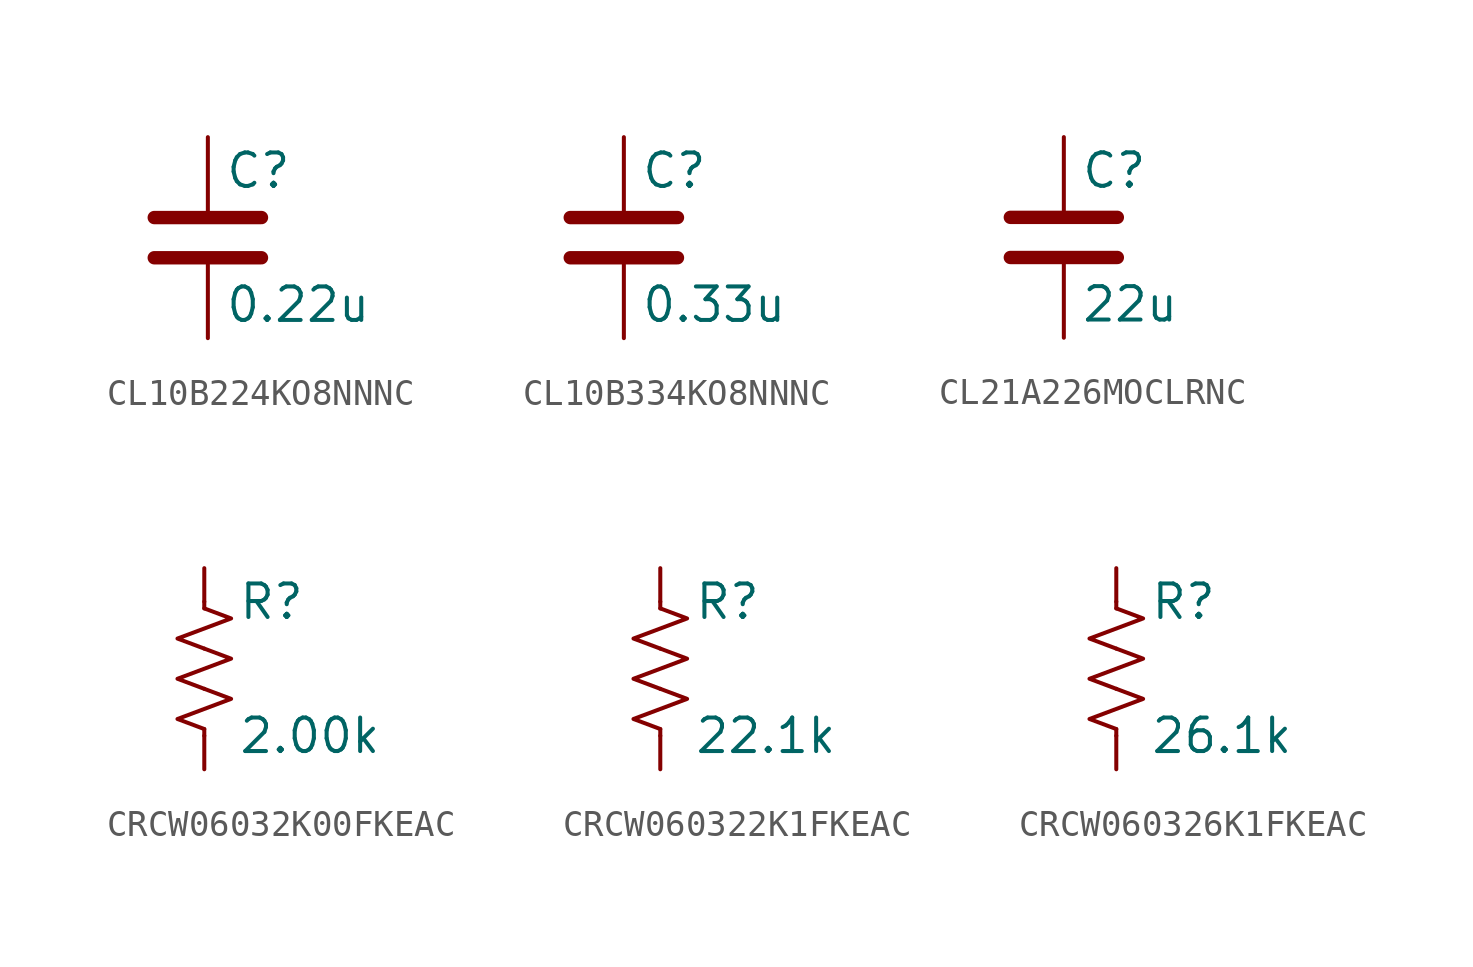
<source format=kicad_sym>
(kicad_symbol_lib
  (version 20231120)
  (generator "kicad_symbol_editor")
  (generator_version "8.0")
  (symbol "CL10B224KO8NNNC"
    (pin_numbers hide)
    (pin_names
      (offset 0.254))
    (property "Reference" "C"
      (at 0.635 2.54 0)
      (effects (font (size 1.27 1.27)) (justify left)))
    (property "Value" "0.22u"
      (at 0.635 -2.54 0)
      (effects (font (size 1.27 1.27)) (justify left)))
    (symbol "CL10B224KO8NNNC_0_1"
      (polyline (pts (xy -2.032 -0.762) (xy 2.032 -0.762)) (stroke (width 0.508) (type default)) (fill (type none)))
      (polyline (pts (xy -2.032 0.762) (xy 2.032 0.762)) (stroke (width 0.508) (type default)) (fill (type none))))
    (symbol "CL10B224KO8NNNC_1_1"
      (pin passive line (at 0 3.81 270) (length 2.794) (name "~" (effects (font (size 1.27 1.27)))) (number "1" (effects (font (size 1.27 1.27)))))
      (pin passive line (at 0 -3.81 90) (length 2.794) (name "~" (effects (font (size 1.27 1.27)))) (number "2" (effects (font (size 1.27 1.27)))))))
  (symbol "CL10B334KO8NNNC"
    (pin_numbers hide)
    (pin_names
      (offset 0.254))
    (property "Reference" "C"
      (at 0.635 2.54 0)
      (effects (font (size 1.27 1.27)) (justify left)))
    (property "Value" "0.33u"
      (at 0.635 -2.54 0)
      (effects (font (size 1.27 1.27)) (justify left)))
    (symbol "CL10B334KO8NNNC_0_1"
      (polyline (pts (xy -2.032 -0.762) (xy 2.032 -0.762)) (stroke (width 0.508) (type default)) (fill (type none)))
      (polyline (pts (xy -2.032 0.762) (xy 2.032 0.762)) (stroke (width 0.508) (type default)) (fill (type none))))
    (symbol "CL10B334KO8NNNC_1_1"
      (pin passive line (at 0 3.81 270) (length 2.794) (name "~" (effects (font (size 1.27 1.27)))) (number "1" (effects (font (size 1.27 1.27)))))
      (pin passive line (at 0 -3.81 90) (length 2.794) (name "~" (effects (font (size 1.27 1.27)))) (number "2" (effects (font (size 1.27 1.27)))))))
  (symbol "CL21A226MOCLRNC"
    (pin_numbers hide)
    (pin_names
      (offset 0.254))
    (property "Reference" "C"
      (at 0.635 2.54 0)
      (effects (font (size 1.27 1.27)) (justify left)))
    (property "Value" "22u"
      (at 0.635 -2.54 0)
      (effects (font (size 1.27 1.27)) (justify left)))
    (symbol "CL21A226MOCLRNC_0_1"
      (polyline (pts (xy -2.032 -0.762) (xy 2.032 -0.762)) (stroke (width 0.508) (type default)) (fill (type none)))
      (polyline (pts (xy -2.032 0.762) (xy 2.032 0.762)) (stroke (width 0.508) (type default)) (fill (type none))))
    (symbol "CL21A226MOCLRNC_1_1"
      (pin passive line (at 0 3.81 270) (length 2.794) (name "~" (effects (font (size 1.27 1.27)))) (number "1" (effects (font (size 1.27 1.27)))))
      (pin passive line (at 0 -3.81 90) (length 2.794) (name "~" (effects (font (size 1.27 1.27)))) (number "2" (effects (font (size 1.27 1.27)))))))
  (symbol "CRCW06032K00FKEAC"
    (pin_numbers hide)
    (pin_names
      (offset 0))
    (property "Reference" "R"
      (at 1.27 2.54 0)
      (effects (font (size 1.27 1.27)) (justify left)))
    (property "Value" "2.00k"
      (at 1.27 -2.54 0)
      (effects (font (size 1.27 1.27)) (justify left)))
    (symbol "CRCW06032K00FKEAC_0_1"
      (polyline (pts (xy 0 -2.286) (xy 0 -2.54)) (stroke (width 0) (type default)) (fill (type none)))
      (polyline (pts (xy 0 2.286) (xy 0 2.54)) (stroke (width 0) (type default)) (fill (type none)))
      (polyline (pts (xy 0 -0.762) (xy 1.016 -1.143) (xy 0 -1.524) (xy -1.016 -1.905) (xy 0 -2.286)) (stroke (width 0) (type default)) (fill (type none)))
      (polyline (pts (xy 0 0.762) (xy 1.016 0.381) (xy 0 0) (xy -1.016 -0.381) (xy 0 -0.762)) (stroke (width 0) (type default)) (fill (type none)))
      (polyline (pts (xy 0 2.286) (xy 1.016 1.905) (xy 0 1.524) (xy -1.016 1.143) (xy 0 0.762)) (stroke (width 0) (type default)) (fill (type none))))
    (symbol "CRCW06032K00FKEAC_1_1"
      (pin passive line (at 0 3.81 270) (length 1.27) (name "~" (effects (font (size 1.27 1.27)))) (number "1" (effects (font (size 1.27 1.27)))))
      (pin passive line (at 0 -3.81 90) (length 1.27) (name "~" (effects (font (size 1.27 1.27)))) (number "2" (effects (font (size 1.27 1.27)))))))
  (symbol "CRCW060322K1FKEAC"
    (pin_numbers hide)
    (pin_names
      (offset 0))
    (property "Reference" "R"
      (at 1.27 2.54 0)
      (effects (font (size 1.27 1.27)) (justify left)))
    (property "Value" "22.1k"
      (at 1.27 -2.54 0)
      (effects (font (size 1.27 1.27)) (justify left)))
    (symbol "CRCW060322K1FKEAC_0_1"
      (polyline (pts (xy 0 -2.286) (xy 0 -2.54)) (stroke (width 0) (type default)) (fill (type none)))
      (polyline (pts (xy 0 2.286) (xy 0 2.54)) (stroke (width 0) (type default)) (fill (type none)))
      (polyline (pts (xy 0 -0.762) (xy 1.016 -1.143) (xy 0 -1.524) (xy -1.016 -1.905) (xy 0 -2.286)) (stroke (width 0) (type default)) (fill (type none)))
      (polyline (pts (xy 0 0.762) (xy 1.016 0.381) (xy 0 0) (xy -1.016 -0.381) (xy 0 -0.762)) (stroke (width 0) (type default)) (fill (type none)))
      (polyline (pts (xy 0 2.286) (xy 1.016 1.905) (xy 0 1.524) (xy -1.016 1.143) (xy 0 0.762)) (stroke (width 0) (type default)) (fill (type none))))
    (symbol "CRCW060322K1FKEAC_1_1"
      (pin passive line (at 0 3.81 270) (length 1.27) (name "~" (effects (font (size 1.27 1.27)))) (number "1" (effects (font (size 1.27 1.27)))))
      (pin passive line (at 0 -3.81 90) (length 1.27) (name "~" (effects (font (size 1.27 1.27)))) (number "2" (effects (font (size 1.27 1.27)))))))
  (symbol "CRCW060326K1FKEAC"
    (pin_numbers hide)
    (pin_names
      (offset 0))
    (property "Reference" "R"
      (at 1.27 2.54 0)
      (effects (font (size 1.27 1.27)) (justify left)))
    (property "Value" "26.1k"
      (at 1.27 -2.54 0)
      (effects (font (size 1.27 1.27)) (justify left)))
    (symbol "CRCW060326K1FKEAC_0_1"
      (polyline (pts (xy 0 -2.286) (xy 0 -2.54)) (stroke (width 0) (type default)) (fill (type none)))
      (polyline (pts (xy 0 2.286) (xy 0 2.54)) (stroke (width 0) (type default)) (fill (type none)))
      (polyline (pts (xy 0 -0.762) (xy 1.016 -1.143) (xy 0 -1.524) (xy -1.016 -1.905) (xy 0 -2.286)) (stroke (width 0) (type default)) (fill (type none)))
      (polyline (pts (xy 0 0.762) (xy 1.016 0.381) (xy 0 0) (xy -1.016 -0.381) (xy 0 -0.762)) (stroke (width 0) (type default)) (fill (type none)))
      (polyline (pts (xy 0 2.286) (xy 1.016 1.905) (xy 0 1.524) (xy -1.016 1.143) (xy 0 0.762)) (stroke (width 0) (type default)) (fill (type none))))
    (symbol "CRCW060326K1FKEAC_1_1"
      (pin passive line (at 0 3.81 270) (length 1.27) (name "~" (effects (font (size 1.27 1.27)))) (number "1" (effects (font (size 1.27 1.27)))))
      (pin passive line (at 0 -3.81 90) (length 1.27) (name "~" (effects (font (size 1.27 1.27)))) (number "2" (effects (font (size 1.27 1.27))))))))
</source>
